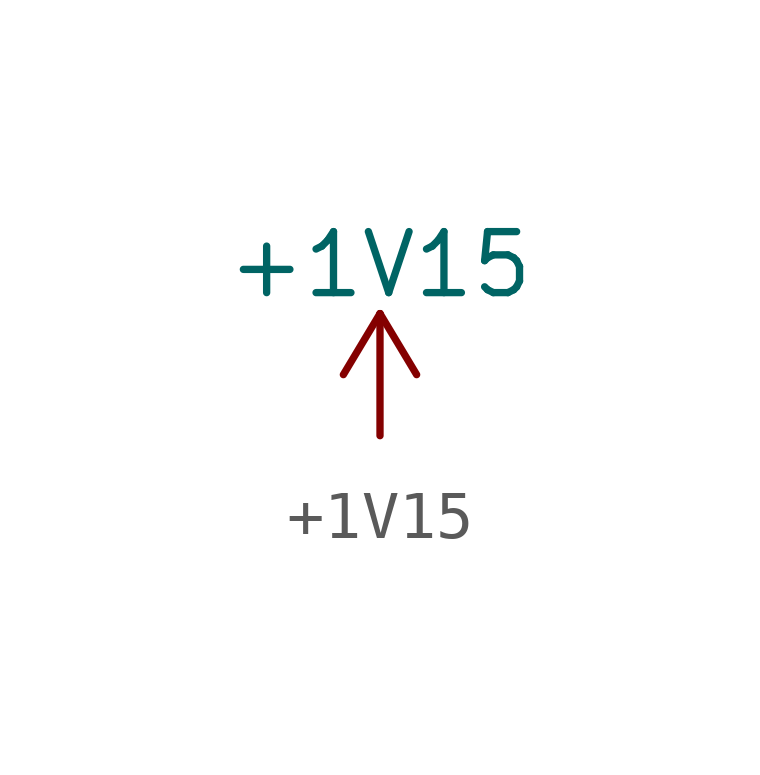
<source format=kicad_sym>
(kicad_symbol_lib
  (version 20220914)
  (generator kicad_symbol_editor)
  (symbol "+1V15"
    (power)
    (pin_names
      (offset 0))
    (property "Reference" "#PWR"
      (at 0 -3.81 0)
      (effects (font (size 1.27 1.27)) hide))
    (property "Value" "+1V15"
      (at 0 3.556 0)
      (effects (font (size 1.27 1.27))))
    (symbol "+1V15_0_1"
      (polyline (pts (xy -0.762 1.27) (xy 0 2.54)) (stroke (width 0) (type default)) (fill (type none)))
      (polyline (pts (xy 0 0) (xy 0 2.54)) (stroke (width 0) (type default)) (fill (type none)))
      (polyline (pts (xy 0 2.54) (xy 0.762 1.27)) (stroke (width 0) (type default)) (fill (type none))))
    (symbol "+1V15_1_1"
      (pin power_in line (at 0 0 90) (length 0) hide (name "+1V15" (effects (font (size 1.27 1.27)))) (number "1" (effects (font (size 1.27 1.27))))))))
</source>
